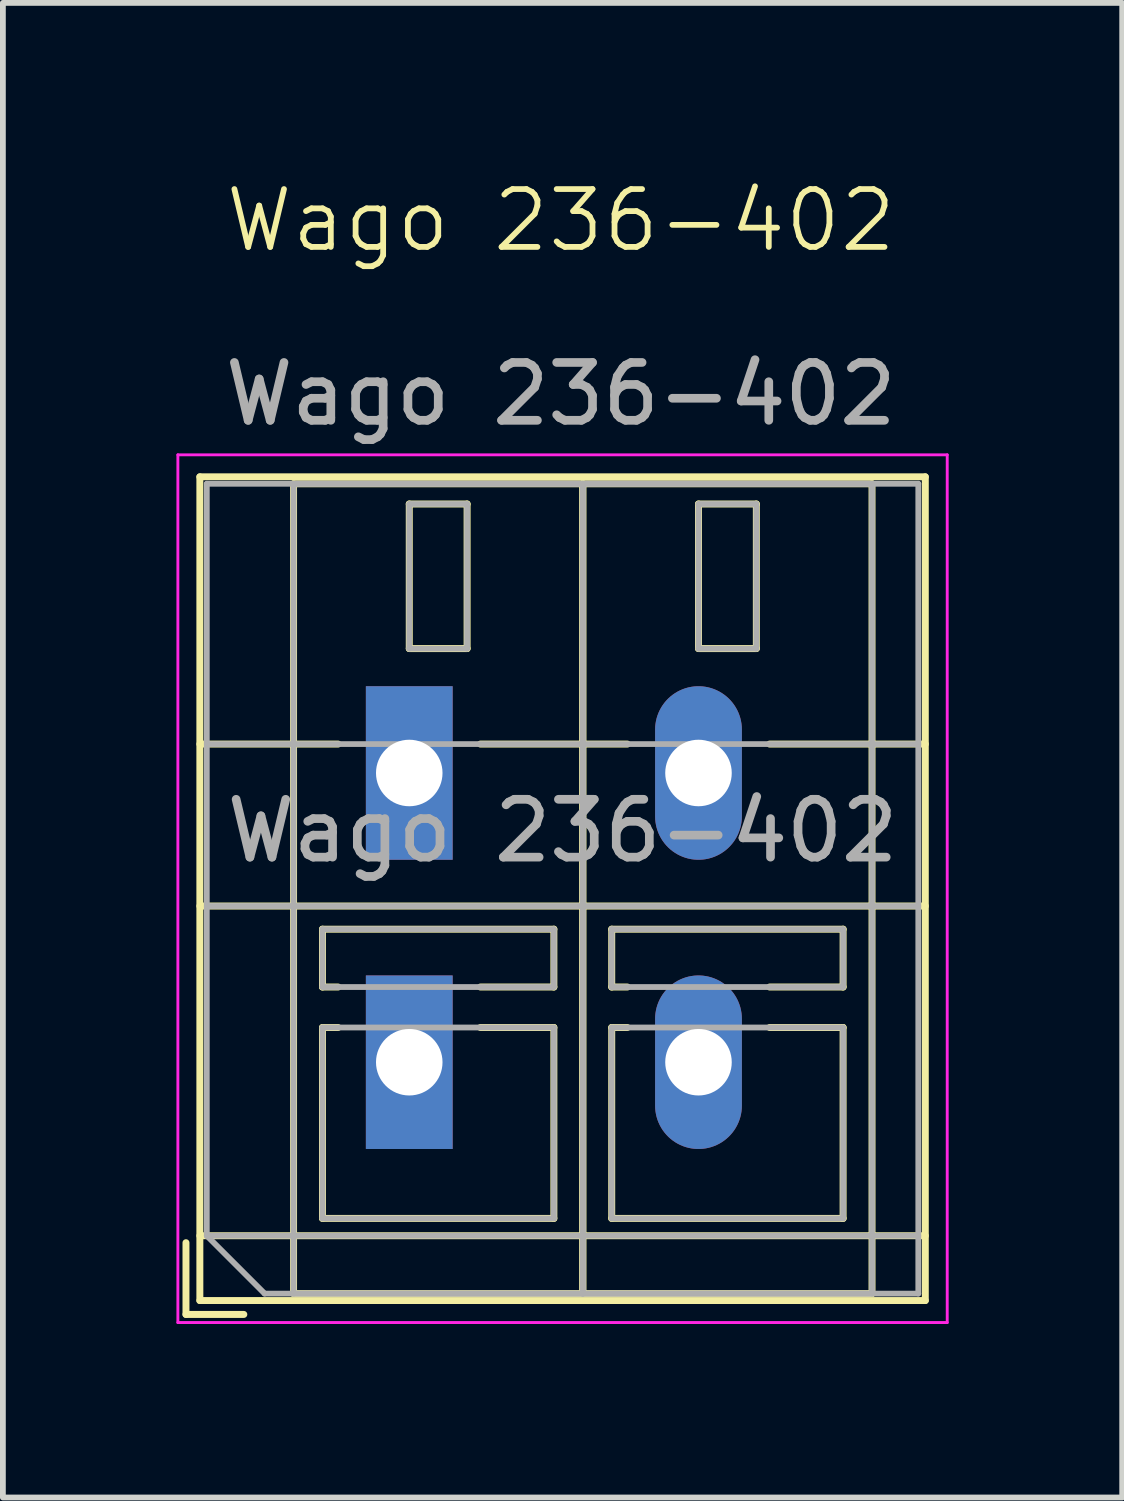
<source format=kicad_pcb>
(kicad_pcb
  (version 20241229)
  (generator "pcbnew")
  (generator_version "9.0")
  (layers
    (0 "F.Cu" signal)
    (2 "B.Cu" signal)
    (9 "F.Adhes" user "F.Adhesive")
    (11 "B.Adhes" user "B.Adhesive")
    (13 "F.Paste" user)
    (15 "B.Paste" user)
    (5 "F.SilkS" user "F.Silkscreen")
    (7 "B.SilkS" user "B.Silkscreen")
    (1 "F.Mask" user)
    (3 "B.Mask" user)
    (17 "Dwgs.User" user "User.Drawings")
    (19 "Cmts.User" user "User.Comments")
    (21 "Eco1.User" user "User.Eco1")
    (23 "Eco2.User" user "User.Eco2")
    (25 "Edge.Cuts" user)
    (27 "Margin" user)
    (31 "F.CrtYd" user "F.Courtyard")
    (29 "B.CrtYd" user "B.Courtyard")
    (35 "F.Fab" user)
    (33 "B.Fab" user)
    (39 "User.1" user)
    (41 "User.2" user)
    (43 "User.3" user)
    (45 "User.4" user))
  (footprint "Wago 236-402"
    (layer "F.Cu")
    (at 6.67 11.406)
    (property "Reference" "Wago 236-402" (at -0.025 -10.645 0) (unlocked yes) (layer "F.SilkS") (effects (font (size 1 1) (thickness 0.1))))
    (attr through_hole)
    (fp_line (start -6.505 7.027) (end -6.505 8.267) (stroke (width 0.12) (type solid)) (layer "F.SilkS"))
    (fp_line (start -6.505 8.267) (end -5.505 8.267) (stroke (width 0.12) (type solid)) (layer "F.SilkS"))
    (fp_line (start -6.265 -6.213) (end -6.265 8.027) (stroke (width 0.12) (type solid)) (layer "F.SilkS"))
    (fp_line (start -6.265 -6.213) (end 6.276 -6.213) (stroke (width 0.12) (type solid)) (layer "F.SilkS"))
    (fp_line (start -6.265 -1.593) (end -3.875 -1.593) (stroke (width 0.12) (type solid)) (layer "F.SilkS"))
    (fp_line (start -6.265 1.207) (end 6.276 1.207) (stroke (width 0.12) (type solid)) (layer "F.SilkS"))
    (fp_line (start -6.265 6.907) (end 6.276 6.907) (stroke (width 0.12) (type solid)) (layer "F.SilkS"))
    (fp_line (start -6.265 8.027) (end 6.276 8.027) (stroke (width 0.12) (type solid)) (layer "F.SilkS"))
    (fp_line (start -4.645 -6.093) (end -4.645 7.907) (stroke (width 0.12) (type solid)) (layer "F.SilkS"))
    (fp_line (start -4.645 -6.093) (end 0.355 -6.093) (stroke (width 0.12) (type solid)) (layer "F.SilkS"))
    (fp_line (start -4.645 7.907) (end 0.355 7.907) (stroke (width 0.12) (type solid)) (layer "F.SilkS"))
    (fp_line (start -4.145 1.607) (end -4.145 2.607) (stroke (width 0.12) (type solid)) (layer "F.SilkS"))
    (fp_line (start -4.145 1.607) (end -0.145 1.607) (stroke (width 0.12) (type solid)) (layer "F.SilkS"))
    (fp_line (start -4.145 2.607) (end -3.875 2.607) (stroke (width 0.12) (type solid)) (layer "F.SilkS"))
    (fp_line (start -4.145 3.307) (end -4.145 6.607) (stroke (width 0.12) (type solid)) (layer "F.SilkS"))
    (fp_line (start -4.145 3.307) (end -3.875 3.307) (stroke (width 0.12) (type solid)) (layer "F.SilkS"))
    (fp_line (start -4.145 6.607) (end -0.145 6.607) (stroke (width 0.12) (type solid)) (layer "F.SilkS"))
    (fp_line (start -2.645 -5.743) (end -2.645 -3.244) (stroke (width 0.12) (type solid)) (layer "F.SilkS"))
    (fp_line (start -2.645 -5.743) (end -1.645 -5.743) (stroke (width 0.12) (type solid)) (layer "F.SilkS"))
    (fp_line (start -2.645 -3.244) (end -1.645 -3.244) (stroke (width 0.12) (type solid)) (layer "F.SilkS"))
    (fp_line (start -1.645 -5.743) (end -1.645 -3.244) (stroke (width 0.12) (type solid)) (layer "F.SilkS"))
    (fp_line (start -1.415 -1.593) (end 1.125 -1.593) (stroke (width 0.12) (type solid)) (layer "F.SilkS"))
    (fp_line (start -1.415 2.607) (end -0.145 2.607) (stroke (width 0.12) (type solid)) (layer "F.SilkS"))
    (fp_line (start -1.415 3.307) (end -0.145 3.307) (stroke (width 0.12) (type solid)) (layer "F.SilkS"))
    (fp_line (start -0.145 1.607) (end -0.145 2.607) (stroke (width 0.12) (type solid)) (layer "F.SilkS"))
    (fp_line (start -0.145 3.307) (end -0.145 6.607) (stroke (width 0.12) (type solid)) (layer "F.SilkS"))
    (fp_line (start 0.355 -6.093) (end 0.355 7.907) (stroke (width 0.12) (type solid)) (layer "F.SilkS"))
    (fp_line (start 0.355 -6.093) (end 0.355 7.907) (stroke (width 0.12) (type solid)) (layer "F.SilkS"))
    (fp_line (start 0.355 -6.093) (end 5.355 -6.093) (stroke (width 0.12) (type solid)) (layer "F.SilkS"))
    (fp_line (start 0.355 7.907) (end 5.355 7.907) (stroke (width 0.12) (type solid)) (layer "F.SilkS"))
    (fp_line (start 0.855 1.607) (end 0.855 2.607) (stroke (width 0.12) (type solid)) (layer "F.SilkS"))
    (fp_line (start 0.855 1.607) (end 4.855 1.607) (stroke (width 0.12) (type solid)) (layer "F.SilkS"))
    (fp_line (start 0.855 2.607) (end 1.125 2.607) (stroke (width 0.12) (type solid)) (layer "F.SilkS"))
    (fp_line (start 0.855 3.307) (end 0.855 6.607) (stroke (width 0.12) (type solid)) (layer "F.SilkS"))
    (fp_line (start 0.855 3.307) (end 1.125 3.307) (stroke (width 0.12) (type solid)) (layer "F.SilkS"))
    (fp_line (start 0.855 6.607) (end 4.855 6.607) (stroke (width 0.12) (type solid)) (layer "F.SilkS"))
    (fp_line (start 2.355 -5.743) (end 2.355 -3.244) (stroke (width 0.12) (type solid)) (layer "F.SilkS"))
    (fp_line (start 2.355 -5.743) (end 3.355 -5.743) (stroke (width 0.12) (type solid)) (layer "F.SilkS"))
    (fp_line (start 2.355 -3.244) (end 3.355 -3.244) (stroke (width 0.12) (type solid)) (layer "F.SilkS"))
    (fp_line (start 3.355 -5.743) (end 3.355 -3.244) (stroke (width 0.12) (type solid)) (layer "F.SilkS"))
    (fp_line (start 3.585 -1.593) (end 6.276 -1.593) (stroke (width 0.12) (type solid)) (layer "F.SilkS"))
    (fp_line (start 3.585 2.607) (end 4.855 2.607) (stroke (width 0.12) (type solid)) (layer "F.SilkS"))
    (fp_line (start 3.585 3.307) (end 4.855 3.307) (stroke (width 0.12) (type solid)) (layer "F.SilkS"))
    (fp_line (start 4.855 1.607) (end 4.855 2.607) (stroke (width 0.12) (type solid)) (layer "F.SilkS"))
    (fp_line (start 4.855 3.307) (end 4.855 6.607) (stroke (width 0.12) (type solid)) (layer "F.SilkS"))
    (fp_line (start 5.355 -6.093) (end 5.355 7.907) (stroke (width 0.12) (type solid)) (layer "F.SilkS"))
    (fp_line (start 6.276 -6.213) (end 6.276 8.027) (stroke (width 0.12) (type solid)) (layer "F.SilkS"))
    (fp_line (start -6.645 -6.593) (end -6.645 8.407) (stroke (width 0.05) (type solid)) (layer "F.CrtYd"))
    (fp_line (start -6.645 8.407) (end 6.655 8.407) (stroke (width 0.05) (type solid)) (layer "F.CrtYd"))
    (fp_line (start 6.655 -6.593) (end -6.645 -6.593) (stroke (width 0.05) (type solid)) (layer "F.CrtYd"))
    (fp_line (start 6.655 8.407) (end 6.655 -6.593) (stroke (width 0.05) (type solid)) (layer "F.CrtYd"))
    (fp_line (start -6.145 -6.093) (end 6.155 -6.093) (stroke (width 0.1) (type solid)) (layer "F.Fab"))
    (fp_line (start -6.145 -1.593) (end 6.155 -1.593) (stroke (width 0.1) (type solid)) (layer "F.Fab"))
    (fp_line (start -6.145 1.207) (end 6.155 1.207) (stroke (width 0.1) (type solid)) (layer "F.Fab"))
    (fp_line (start -6.145 6.907) (end -6.145 -6.093) (stroke (width 0.1) (type solid)) (layer "F.Fab"))
    (fp_line (start -6.145 6.907) (end 6.155 6.907) (stroke (width 0.1) (type solid)) (layer "F.Fab"))
    (fp_line (start -5.145 7.907) (end -6.145 6.907) (stroke (width 0.1) (type solid)) (layer "F.Fab"))
    (fp_line (start -4.645 -6.093) (end -4.645 7.907) (stroke (width 0.1) (type solid)) (layer "F.Fab"))
    (fp_line (start -4.645 7.907) (end 0.355 7.907) (stroke (width 0.1) (type solid)) (layer "F.Fab"))
    (fp_line (start -4.145 1.607) (end -4.145 2.607) (stroke (width 0.1) (type solid)) (layer "F.Fab"))
    (fp_line (start -4.145 2.607) (end -0.145 2.607) (stroke (width 0.1) (type solid)) (layer "F.Fab"))
    (fp_line (start -4.145 3.307) (end -4.145 6.607) (stroke (width 0.1) (type solid)) (layer "F.Fab"))
    (fp_line (start -4.145 6.607) (end -0.145 6.607) (stroke (width 0.1) (type solid)) (layer "F.Fab"))
    (fp_line (start -2.645 -5.743) (end -2.645 -3.243) (stroke (width 0.1) (type solid)) (layer "F.Fab"))
    (fp_line (start -2.645 -3.243) (end -1.645 -3.243) (stroke (width 0.1) (type solid)) (layer "F.Fab"))
    (fp_line (start -1.645 -5.743) (end -2.645 -5.743) (stroke (width 0.1) (type solid)) (layer "F.Fab"))
    (fp_line (start -1.645 -3.243) (end -1.645 -5.743) (stroke (width 0.1) (type solid)) (layer "F.Fab"))
    (fp_line (start -0.145 1.607) (end -4.145 1.607) (stroke (width 0.1) (type solid)) (layer "F.Fab"))
    (fp_line (start -0.145 2.607) (end -0.145 1.607) (stroke (width 0.1) (type solid)) (layer "F.Fab"))
    (fp_line (start -0.145 3.307) (end -4.145 3.307) (stroke (width 0.1) (type solid)) (layer "F.Fab"))
    (fp_line (start -0.145 6.607) (end -0.145 3.307) (stroke (width 0.1) (type solid)) (layer "F.Fab"))
    (fp_line (start 0.355 -6.093) (end -4.645 -6.093) (stroke (width 0.1) (type solid)) (layer "F.Fab"))
    (fp_line (start 0.355 -6.093) (end 0.355 7.907) (stroke (width 0.1) (type solid)) (layer "F.Fab"))
    (fp_line (start 0.355 7.907) (end 0.355 -6.093) (stroke (width 0.1) (type solid)) (layer "F.Fab"))
    (fp_line (start 0.355 7.907) (end 5.355 7.907) (stroke (width 0.1) (type solid)) (layer "F.Fab"))
    (fp_line (start 0.855 1.607) (end 0.855 2.607) (stroke (width 0.1) (type solid)) (layer "F.Fab"))
    (fp_line (start 0.855 2.607) (end 4.855 2.607) (stroke (width 0.1) (type solid)) (layer "F.Fab"))
    (fp_line (start 0.855 3.307) (end 0.855 6.607) (stroke (width 0.1) (type solid)) (layer "F.Fab"))
    (fp_line (start 0.855 6.607) (end 4.855 6.607) (stroke (width 0.1) (type solid)) (layer "F.Fab"))
    (fp_line (start 2.355 -5.743) (end 2.355 -3.243) (stroke (width 0.1) (type solid)) (layer "F.Fab"))
    (fp_line (start 2.355 -3.243) (end 3.355 -3.243) (stroke (width 0.1) (type solid)) (layer "F.Fab"))
    (fp_line (start 3.355 -5.743) (end 2.355 -5.743) (stroke (width 0.1) (type solid)) (layer "F.Fab"))
    (fp_line (start 3.355 -3.243) (end 3.355 -5.743) (stroke (width 0.1) (type solid)) (layer "F.Fab"))
    (fp_line (start 4.855 1.607) (end 0.855 1.607) (stroke (width 0.1) (type solid)) (layer "F.Fab"))
    (fp_line (start 4.855 2.607) (end 4.855 1.607) (stroke (width 0.1) (type solid)) (layer "F.Fab"))
    (fp_line (start 4.855 3.307) (end 0.855 3.307) (stroke (width 0.1) (type solid)) (layer "F.Fab"))
    (fp_line (start 4.855 6.607) (end 4.855 3.307) (stroke (width 0.1) (type solid)) (layer "F.Fab"))
    (fp_line (start 5.355 -6.093) (end 0.355 -6.093) (stroke (width 0.1) (type solid)) (layer "F.Fab"))
    (fp_line (start 5.355 7.907) (end 5.355 -6.093) (stroke (width 0.1) (type solid)) (layer "F.Fab"))
    (fp_line (start 6.155 -6.093) (end 6.155 7.907) (stroke (width 0.1) (type solid)) (layer "F.Fab"))
    (fp_line (start 6.155 7.907) (end -5.145 7.907) (stroke (width 0.1) (type solid)) (layer "F.Fab"))
    (fp_text user "${REFERENCE}" (at 0.005 -0.093 0) (layer "F.Fab") (effects (font (size 1 1) (thickness 0.15))))
    (fp_text user "${REFERENCE}" (at -0.025 -7.645 0) (unlocked yes) (layer "F.Fab") (effects (font (size 1 1) (thickness 0.15))))
    (pad "1" thru_hole rect (at -2.645 -1.093) (size 1.5 3) (drill 1.15) (layers "*.Cu" "*.Mask"))
    (pad "1" thru_hole rect (at -2.645 3.907) (size 1.5 3) (drill 1.15) (layers "*.Cu" "*.Mask"))
    (pad "2" thru_hole oval (at 2.355 -1.093) (size 1.5 3) (drill 1.15) (layers "*.Cu" "*.Mask"))
    (pad "2" thru_hole oval (at 2.355 3.907) (size 1.5 3) (drill 1.15) (layers "*.Cu" "*.Mask")))
  (gr_rect
    (start -3 -3)
    (end 16.35 22.838)
    (stroke (width 0.1) (type default))
    (fill no)
    (layer "Edge.Cuts")))
</source>
